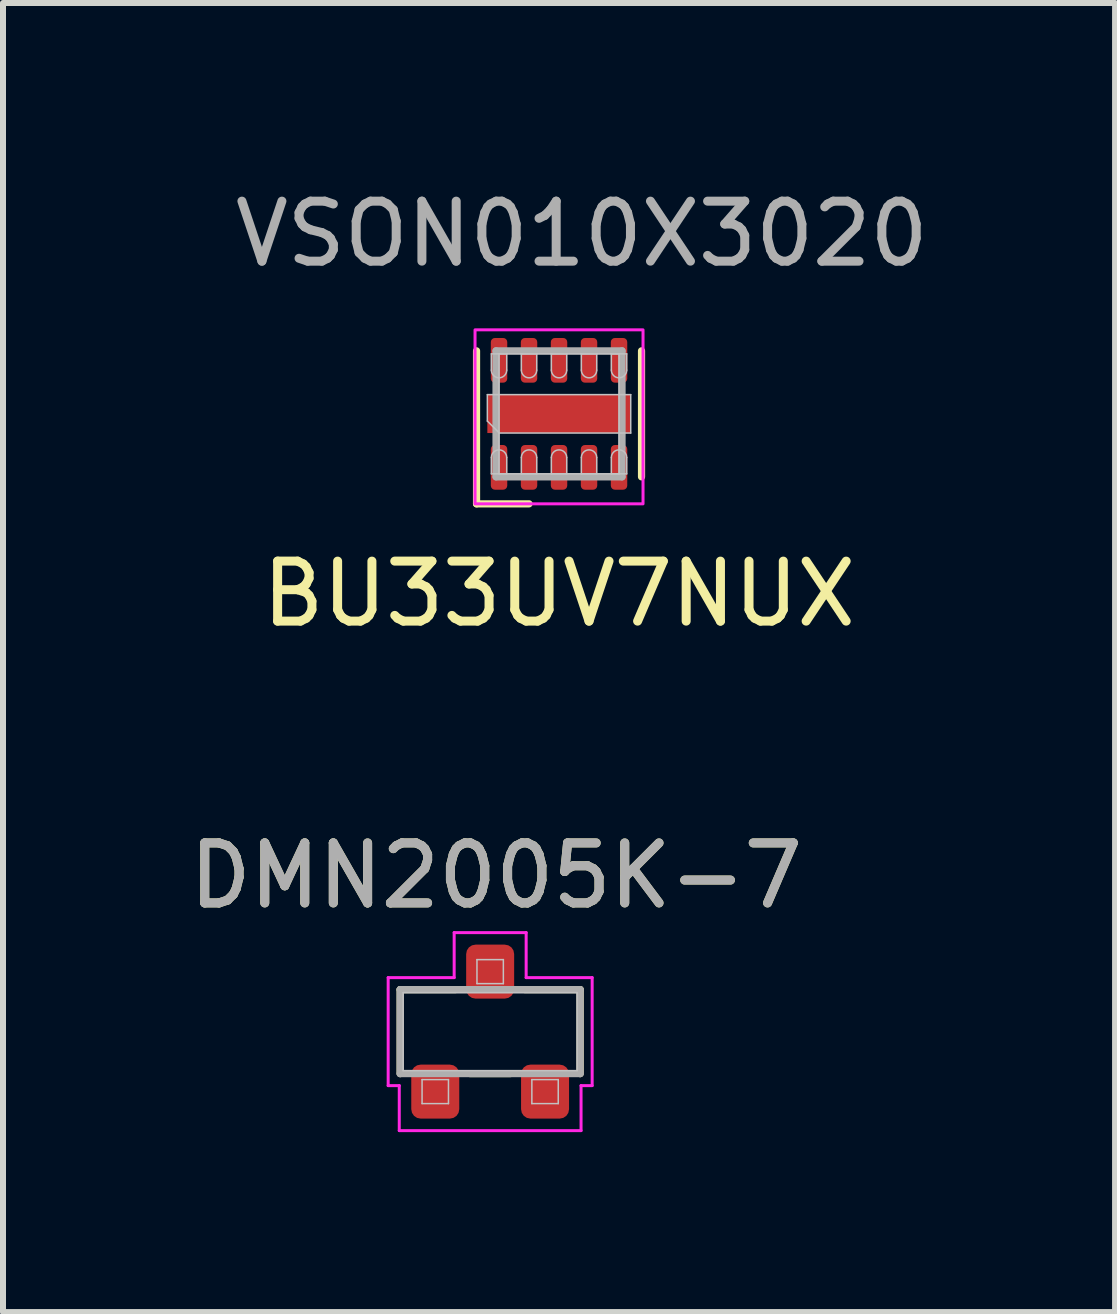
<source format=kicad_pcb>
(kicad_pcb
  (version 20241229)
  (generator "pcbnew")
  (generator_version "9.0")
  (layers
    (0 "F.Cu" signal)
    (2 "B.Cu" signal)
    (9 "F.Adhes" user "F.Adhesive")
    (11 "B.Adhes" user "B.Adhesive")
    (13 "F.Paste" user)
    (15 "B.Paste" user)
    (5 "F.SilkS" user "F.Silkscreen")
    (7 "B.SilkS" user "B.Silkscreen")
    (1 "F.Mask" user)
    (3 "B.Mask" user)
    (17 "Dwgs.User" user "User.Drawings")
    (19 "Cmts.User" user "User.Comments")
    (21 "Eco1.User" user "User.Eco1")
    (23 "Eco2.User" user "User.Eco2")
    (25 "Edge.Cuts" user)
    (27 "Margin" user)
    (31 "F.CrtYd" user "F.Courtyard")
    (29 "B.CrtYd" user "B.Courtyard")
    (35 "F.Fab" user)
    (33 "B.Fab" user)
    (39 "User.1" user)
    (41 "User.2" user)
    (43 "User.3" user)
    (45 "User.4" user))
  (footprint "DMN2005K-7"
    (layer "F.Cu")
    (at 5.12 14.145)
    (property "Reference" "DMN2005K-7" (at 0.1 -2.6 0) (layer "F.SilkS") (effects (font (size 1 1) (thickness 0.15))))
    (attr smd)
    (fp_line (start -1.5 -0.7) (end -0.58 -0.7) (stroke (width 0.12) (type solid)) (layer "F.SilkS"))
    (fp_line (start -1.5 0.7) (end -1.5 -0.7) (stroke (width 0.12) (type solid)) (layer "F.SilkS"))
    (fp_line (start 0.335 0.7) (end -0.335 0.7) (stroke (width 0.12) (type solid)) (layer "F.SilkS"))
    (fp_line (start 0.58 -0.7) (end 1.5 -0.7) (stroke (width 0.12) (type solid)) (layer "F.SilkS"))
    (fp_line (start 1.5 -0.7) (end 1.5 0.7) (stroke (width 0.12) (type solid)) (layer "F.SilkS"))
    (fp_line (start -1.45 -0.65) (end 1.45 -0.65) (stroke (width 0.025) (type solid)) (layer "Dwgs.User"))
    (fp_line (start -1.45 0.65) (end -1.45 -0.65) (stroke (width 0.025) (type solid)) (layer "Dwgs.User"))
    (fp_line (start -1.135 0.8) (end -0.695 0.8) (stroke (width 0.025) (type solid)) (layer "Dwgs.User"))
    (fp_line (start -1.135 1.2) (end -1.135 0.8) (stroke (width 0.025) (type solid)) (layer "Dwgs.User"))
    (fp_line (start -0.695 0.8) (end -0.695 1.2) (stroke (width 0.025) (type solid)) (layer "Dwgs.User"))
    (fp_line (start -0.695 1.2) (end -1.135 1.2) (stroke (width 0.025) (type solid)) (layer "Dwgs.User"))
    (fp_line (start -0.22 -1.2) (end 0.22 -1.2) (stroke (width 0.025) (type solid)) (layer "Dwgs.User"))
    (fp_line (start -0.22 -0.8) (end -0.22 -1.2) (stroke (width 0.025) (type solid)) (layer "Dwgs.User"))
    (fp_line (start 0.22 -1.2) (end 0.22 -0.8) (stroke (width 0.025) (type solid)) (layer "Dwgs.User"))
    (fp_line (start 0.22 -0.8) (end -0.22 -0.8) (stroke (width 0.025) (type solid)) (layer "Dwgs.User"))
    (fp_line (start 0.695 0.8) (end 1.135 0.8) (stroke (width 0.025) (type solid)) (layer "Dwgs.User"))
    (fp_line (start 0.695 1.2) (end 0.695 0.8) (stroke (width 0.025) (type solid)) (layer "Dwgs.User"))
    (fp_line (start 1.135 0.8) (end 1.135 1.2) (stroke (width 0.025) (type solid)) (layer "Dwgs.User"))
    (fp_line (start 1.135 1.2) (end 0.695 1.2) (stroke (width 0.025) (type solid)) (layer "Dwgs.User"))
    (fp_line (start 1.45 -0.65) (end 1.45 0.65) (stroke (width 0.025) (type solid)) (layer "Dwgs.User"))
    (fp_line (start 1.45 0.65) (end -1.45 0.65) (stroke (width 0.025) (type solid)) (layer "Dwgs.User"))
    (fp_line (start -1.7 -0.9) (end -1.7 0.9) (stroke (width 0.05) (type solid)) (layer "F.CrtYd"))
    (fp_line (start -1.7 0.9) (end -1.515 0.9) (stroke (width 0.05) (type solid)) (layer "F.CrtYd"))
    (fp_line (start -1.515 0.9) (end -1.515 1.65) (stroke (width 0.05) (type solid)) (layer "F.CrtYd"))
    (fp_line (start -1.515 1.65) (end 1.515 1.65) (stroke (width 0.05) (type solid)) (layer "F.CrtYd"))
    (fp_line (start -0.6 -1.65) (end -0.6 -0.9) (stroke (width 0.05) (type solid)) (layer "F.CrtYd"))
    (fp_line (start -0.6 -0.9) (end -1.7 -0.9) (stroke (width 0.05) (type solid)) (layer "F.CrtYd"))
    (fp_line (start 0.6 -1.65) (end -0.6 -1.65) (stroke (width 0.05) (type solid)) (layer "F.CrtYd"))
    (fp_line (start 0.6 -0.9) (end 0.6 -1.65) (stroke (width 0.05) (type solid)) (layer "F.CrtYd"))
    (fp_line (start 1.515 0.9) (end 1.7 0.9) (stroke (width 0.05) (type solid)) (layer "F.CrtYd"))
    (fp_line (start 1.515 1.65) (end 1.515 0.9) (stroke (width 0.05) (type solid)) (layer "F.CrtYd"))
    (fp_line (start 1.7 -0.9) (end 0.6 -0.9) (stroke (width 0.05) (type solid)) (layer "F.CrtYd"))
    (fp_line (start 1.7 0.9) (end 1.7 -0.9) (stroke (width 0.05) (type solid)) (layer "F.CrtYd"))
    (fp_line (start -1.5 -0.7) (end 1.5 -0.7) (stroke (width 0.12) (type solid)) (layer "F.Fab"))
    (fp_line (start -1.5 0.7) (end -1.5 -0.7) (stroke (width 0.12) (type solid)) (layer "F.Fab"))
    (fp_line (start 1.5 -0.7) (end 1.5 0.7) (stroke (width 0.12) (type solid)) (layer "F.Fab"))
    (fp_line (start 1.5 0.7) (end -1.5 0.7) (stroke (width 0.12) (type solid)) (layer "F.Fab"))
    (fp_text user "${REFERENCE}" (at 0.1 -2.6 0) (layer "F.Fab") (effects (font (size 1 1) (thickness 0.15))))
    (pad "D" smd roundrect (at 0 -1 90) (size 0.9 0.8) (layers "F.Cu" "F.Mask" "F.Paste") (roundrect_rratio 0.196))
    (pad "G" smd roundrect (at -0.915 1 90) (size 0.9 0.8) (layers "F.Cu" "F.Mask" "F.Paste") (roundrect_rratio 0.196))
    (pad "S" smd roundrect (at 0.915 1 90) (size 0.9 0.8) (layers "F.Cu" "F.Mask" "F.Paste") (roundrect_rratio 0.196)))
  (footprint "BU33UV7NUX"
    (layer "F.Cu")
    (at 6.268 3.848)
    (property "Reference" "BU33UV7NUX" (at 0 3 0) (layer "F.SilkS") (effects (font (size 1 1) (thickness 0.15))))
    (attr smd)
    (fp_line (start -1.375 1.5) (end -1.375 -1.05) (stroke (width 0.12) (type solid)) (layer "F.SilkS"))
    (fp_line (start -1.375 1.5) (end -0.5 1.5) (stroke (width 0.12) (type solid)) (layer "F.SilkS"))
    (fp_line (start 1.375 1.05) (end 1.375 -1.05) (stroke (width 0.12) (type solid)) (layer "F.SilkS"))
    (fp_line (start -1.195 -0.32) (end 1.195 -0.32) (stroke (width 0.025) (type solid)) (layer "Dwgs.User"))
    (fp_line (start -1.195 0.12) (end -1.195 -0.32) (stroke (width 0.025) (type solid)) (layer "Dwgs.User"))
    (fp_line (start -1.128 -1) (end -1.128 -0.728) (stroke (width 0.025) (type solid)) (layer "Dwgs.User"))
    (fp_line (start -1.128 0.728) (end -1.128 1) (stroke (width 0.025) (type solid)) (layer "Dwgs.User"))
    (fp_line (start -1.128 1) (end -0.872 1) (stroke (width 0.025) (type solid)) (layer "Dwgs.User"))
    (fp_line (start -1 -1) (end 1 -1) (stroke (width 0.025) (type solid)) (layer "Dwgs.User"))
    (fp_line (start -1 1) (end -1 -1) (stroke (width 0.025) (type solid)) (layer "Dwgs.User"))
    (fp_line (start -0.995 0.32) (end -1.195 0.12) (stroke (width 0.025) (type solid)) (layer "Dwgs.User"))
    (fp_line (start -0.872 -1) (end -1.128 -1) (stroke (width 0.025) (type solid)) (layer "Dwgs.User"))
    (fp_line (start -0.872 -0.728) (end -0.872 -1) (stroke (width 0.025) (type solid)) (layer "Dwgs.User"))
    (fp_line (start -0.872 1) (end -0.872 0.728) (stroke (width 0.025) (type solid)) (layer "Dwgs.User"))
    (fp_line (start -0.628 -1) (end -0.628 -0.728) (stroke (width 0.025) (type solid)) (layer "Dwgs.User"))
    (fp_line (start -0.628 0.728) (end -0.628 1) (stroke (width 0.025) (type solid)) (layer "Dwgs.User"))
    (fp_line (start -0.628 1) (end -0.372 1) (stroke (width 0.025) (type solid)) (layer "Dwgs.User"))
    (fp_line (start -0.372 -1) (end -0.628 -1) (stroke (width 0.025) (type solid)) (layer "Dwgs.User"))
    (fp_line (start -0.372 -0.728) (end -0.372 -1) (stroke (width 0.025) (type solid)) (layer "Dwgs.User"))
    (fp_line (start -0.372 1) (end -0.372 0.728) (stroke (width 0.025) (type solid)) (layer "Dwgs.User"))
    (fp_line (start -0.128 -1) (end -0.128 -0.728) (stroke (width 0.025) (type solid)) (layer "Dwgs.User"))
    (fp_line (start -0.128 0.728) (end -0.128 1) (stroke (width 0.025) (type solid)) (layer "Dwgs.User"))
    (fp_line (start -0.128 1) (end 0.128 1) (stroke (width 0.025) (type solid)) (layer "Dwgs.User"))
    (fp_line (start 0.128 -1) (end -0.128 -1) (stroke (width 0.025) (type solid)) (layer "Dwgs.User"))
    (fp_line (start 0.128 -0.728) (end 0.128 -1) (stroke (width 0.025) (type solid)) (layer "Dwgs.User"))
    (fp_line (start 0.128 1) (end 0.128 0.728) (stroke (width 0.025) (type solid)) (layer "Dwgs.User"))
    (fp_line (start 0.372 -1) (end 0.372 -0.728) (stroke (width 0.025) (type solid)) (layer "Dwgs.User"))
    (fp_line (start 0.372 0.728) (end 0.372 1) (stroke (width 0.025) (type solid)) (layer "Dwgs.User"))
    (fp_line (start 0.372 1) (end 0.628 1) (stroke (width 0.025) (type solid)) (layer "Dwgs.User"))
    (fp_line (start 0.628 -1) (end 0.372 -1) (stroke (width 0.025) (type solid)) (layer "Dwgs.User"))
    (fp_line (start 0.628 -0.728) (end 0.628 -1) (stroke (width 0.025) (type solid)) (layer "Dwgs.User"))
    (fp_line (start 0.628 1) (end 0.628 0.728) (stroke (width 0.025) (type solid)) (layer "Dwgs.User"))
    (fp_line (start 0.872 -1) (end 0.872 -0.728) (stroke (width 0.025) (type solid)) (layer "Dwgs.User"))
    (fp_line (start 0.872 0.728) (end 0.872 1) (stroke (width 0.025) (type solid)) (layer "Dwgs.User"))
    (fp_line (start 0.872 1) (end 1.128 1) (stroke (width 0.025) (type solid)) (layer "Dwgs.User"))
    (fp_line (start 1 -1) (end 1 1) (stroke (width 0.025) (type solid)) (layer "Dwgs.User"))
    (fp_line (start 1 1) (end -1 1) (stroke (width 0.025) (type solid)) (layer "Dwgs.User"))
    (fp_line (start 1.128 -1) (end 0.872 -1) (stroke (width 0.025) (type solid)) (layer "Dwgs.User"))
    (fp_line (start 1.128 -0.728) (end 1.128 -1) (stroke (width 0.025) (type solid)) (layer "Dwgs.User"))
    (fp_line (start 1.128 1) (end 1.128 0.728) (stroke (width 0.025) (type solid)) (layer "Dwgs.User"))
    (fp_line (start 1.195 -0.32) (end 1.195 0.32) (stroke (width 0.025) (type solid)) (layer "Dwgs.User"))
    (fp_line (start 1.195 0.32) (end -0.995 0.32) (stroke (width 0.025) (type solid)) (layer "Dwgs.User"))
    (fp_arc (start -1.1275 0.728) (mid -1 0.6005) (end -0.8725 0.728) (stroke (width 0.025) (type solid)) (layer "Dwgs.User"))
    (fp_arc (start -0.8725 -0.728) (mid -1 -0.6005) (end -1.1275 -0.728) (stroke (width 0.025) (type solid)) (layer "Dwgs.User"))
    (fp_arc (start -0.6275 0.728) (mid -0.5 0.6005) (end -0.3725 0.728) (stroke (width 0.025) (type solid)) (layer "Dwgs.User"))
    (fp_arc (start -0.3725 -0.728) (mid -0.5 -0.6005) (end -0.6275 -0.728) (stroke (width 0.025) (type solid)) (layer "Dwgs.User"))
    (fp_arc (start -0.1275 0.728) (mid 0 0.6005) (end 0.1275 0.728) (stroke (width 0.025) (type solid)) (layer "Dwgs.User"))
    (fp_arc (start 0.1275 -0.728) (mid 0 -0.6005) (end -0.1275 -0.728) (stroke (width 0.025) (type solid)) (layer "Dwgs.User"))
    (fp_arc (start 0.3725 0.728) (mid 0.5 0.6005) (end 0.6275 0.728) (stroke (width 0.025) (type solid)) (layer "Dwgs.User"))
    (fp_arc (start 0.6275 -0.728) (mid 0.5 -0.6005) (end 0.3725 -0.728) (stroke (width 0.025) (type solid)) (layer "Dwgs.User"))
    (fp_arc (start 0.8725 0.728) (mid 1 0.6005) (end 1.1275 0.728) (stroke (width 0.025) (type solid)) (layer "Dwgs.User"))
    (fp_arc (start 1.1275 -0.728) (mid 1 -0.6005) (end 0.8725 -0.728) (stroke (width 0.025) (type solid)) (layer "Dwgs.User"))
    (fp_rect (start -1.4 1.5) (end 1.4 -1.4) (stroke (width 0.05) (type solid)) (fill no) (layer "F.CrtYd"))
    (fp_line (start -1.05 -1.05) (end 1.05 -1.05) (stroke (width 0.12) (type solid)) (layer "F.Fab"))
    (fp_line (start -1.05 1.05) (end -1.05 -1.05) (stroke (width 0.12) (type solid)) (layer "F.Fab"))
    (fp_line (start 1.05 -1.05) (end 1.05 1.05) (stroke (width 0.12) (type solid)) (layer "F.Fab"))
    (fp_line (start 1.05 1.05) (end -1.05 1.05) (stroke (width 0.12) (type solid)) (layer "F.Fab"))
    (fp_text user " VSON010X3020" (at 0 -3 0) (layer "F.Fab") (effects (font (size 1 1) (thickness 0.15))))
    (pad "1" smd roundrect (at -1 0.892 90) (size 0.745 0.274) (layers "F.Cu" "F.Mask" "F.Paste") (roundrect_rratio 0.248))
    (pad "2" smd roundrect (at -0.5 0.892 90) (size 0.745 0.274) (layers "F.Cu" "F.Mask" "F.Paste") (roundrect_rratio 0.248))
    (pad "3" smd roundrect (at 0 0.892 90) (size 0.745 0.274) (layers "F.Cu" "F.Mask" "F.Paste") (roundrect_rratio 0.248))
    (pad "4" smd roundrect (at 0.5 0.892 90) (size 0.745 0.274) (layers "F.Cu" "F.Mask" "F.Paste") (roundrect_rratio 0.248))
    (pad "5" smd roundrect (at 1 0.892 90) (size 0.745 0.274) (layers "F.Cu" "F.Mask" "F.Paste") (roundrect_rratio 0.248))
    (pad "6" smd roundrect (at 1 -0.892 90) (size 0.745 0.274) (layers "F.Cu" "F.Mask" "F.Paste") (roundrect_rratio 0.248))
    (pad "7" smd roundrect (at 0.5 -0.892 90) (size 0.745 0.274) (layers "F.Cu" "F.Mask" "F.Paste") (roundrect_rratio 0.248))
    (pad "8" smd roundrect (at 0 -0.892 90) (size 0.745 0.274) (layers "F.Cu" "F.Mask" "F.Paste") (roundrect_rratio 0.248))
    (pad "9" smd roundrect (at -0.5 -0.892 90) (size 0.745 0.274) (layers "F.Cu" "F.Mask" "F.Paste") (roundrect_rratio 0.248))
    (pad "10" smd roundrect (at -1 -0.892 90) (size 0.745 0.274) (layers "F.Cu" "F.Mask" "F.Paste") (roundrect_rratio 0.248))
    (pad "11" smd rect (at 0 0 90) (size 0.64 2.39) (layers "F.Cu" "F.Mask")))
  (gr_rect
    (start -3 -3)
    (end 15.536 18.82)
    (stroke (width 0.1) (type default))
    (fill no)
    (layer "Edge.Cuts")))
</source>
